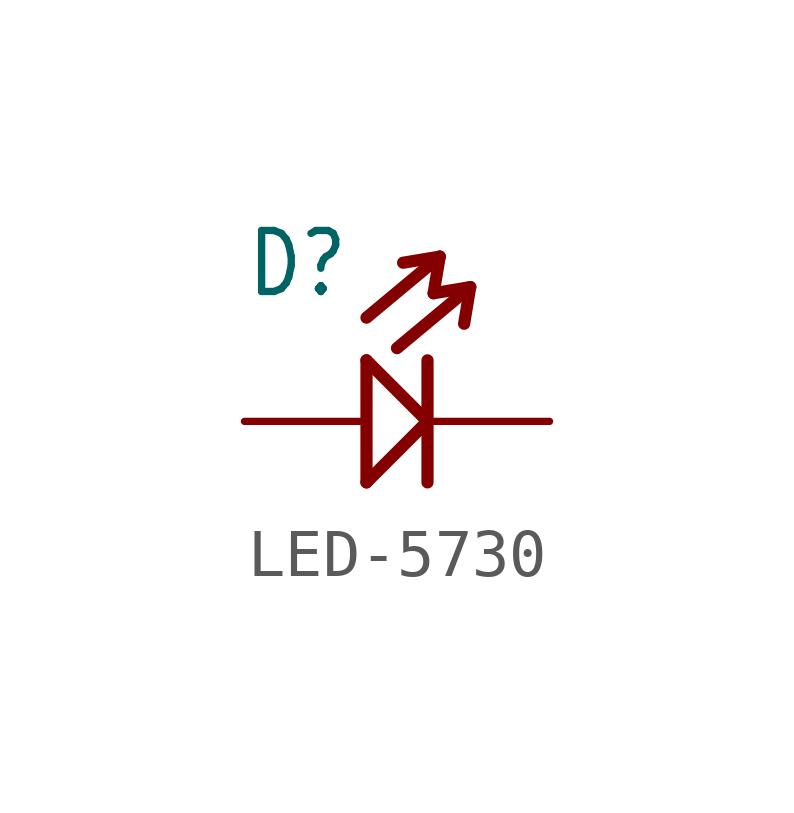
<source format=kicad_sym>
(kicad_symbol_lib
  (version 20220914)
  (generator kicad_symbol_editor)
  (symbol "LED-5730"
    (property "Reference" "D"
      (at -2.54 2.54 0)
      (effects (font (size 1.27 1.079)) (justify left bottom)))
    (property "Value" ""
      (at -2.54 1.27 0)
      (effects (font (size 1.27 1.079)) (justify left bottom)))
    (property "ki_locked" ""
      (at 0 0 0)
      (effects (font (size 1.27 1.27))))
    (symbol "LED-5730_1_0"
      (polyline (pts (xy 0 -1.27) (xy 1.27 0)) (stroke (width 0.254) (type solid)) (fill (type none)))
      (polyline (pts (xy 0 1.27) (xy 0 -1.27)) (stroke (width 0.254) (type solid)) (fill (type none)))
      (polyline (pts (xy 0 2.159) (xy 1.524 3.429)) (stroke (width 0.254) (type solid)) (fill (type none)))
      (polyline (pts (xy 0.635 1.524) (xy 2.159 2.794)) (stroke (width 0.254) (type solid)) (fill (type none)))
      (polyline (pts (xy 1.27 0) (xy 0 1.27)) (stroke (width 0.254) (type solid)) (fill (type none)))
      (polyline (pts (xy 1.27 0) (xy 1.27 -1.27)) (stroke (width 0.254) (type solid)) (fill (type none)))
      (polyline (pts (xy 1.27 1.27) (xy 1.27 0)) (stroke (width 0.254) (type solid)) (fill (type none)))
      (polyline (pts (xy 1.524 3.429) (xy 0.762 3.302)) (stroke (width 0.254) (type solid)) (fill (type none)))
      (polyline (pts (xy 1.524 3.429) (xy 1.397 2.667)) (stroke (width 0.254) (type solid)) (fill (type none)))
      (polyline (pts (xy 2.159 2.794) (xy 1.397 2.667)) (stroke (width 0.254) (type solid)) (fill (type none)))
      (polyline (pts (xy 2.159 2.794) (xy 2.032 2.032)) (stroke (width 0.254) (type solid)) (fill (type none)))
      (pin passive line (at -2.54 0 0) (length 2.54) (name "+" (effects (font (size 0 0)))) (number "A" (effects (font (size 0 0)))))
      (pin passive line (at 3.81 0 180) (length 2.54) (name "-" (effects (font (size 0 0)))) (number "K" (effects (font (size 0 0))))))))
</source>
